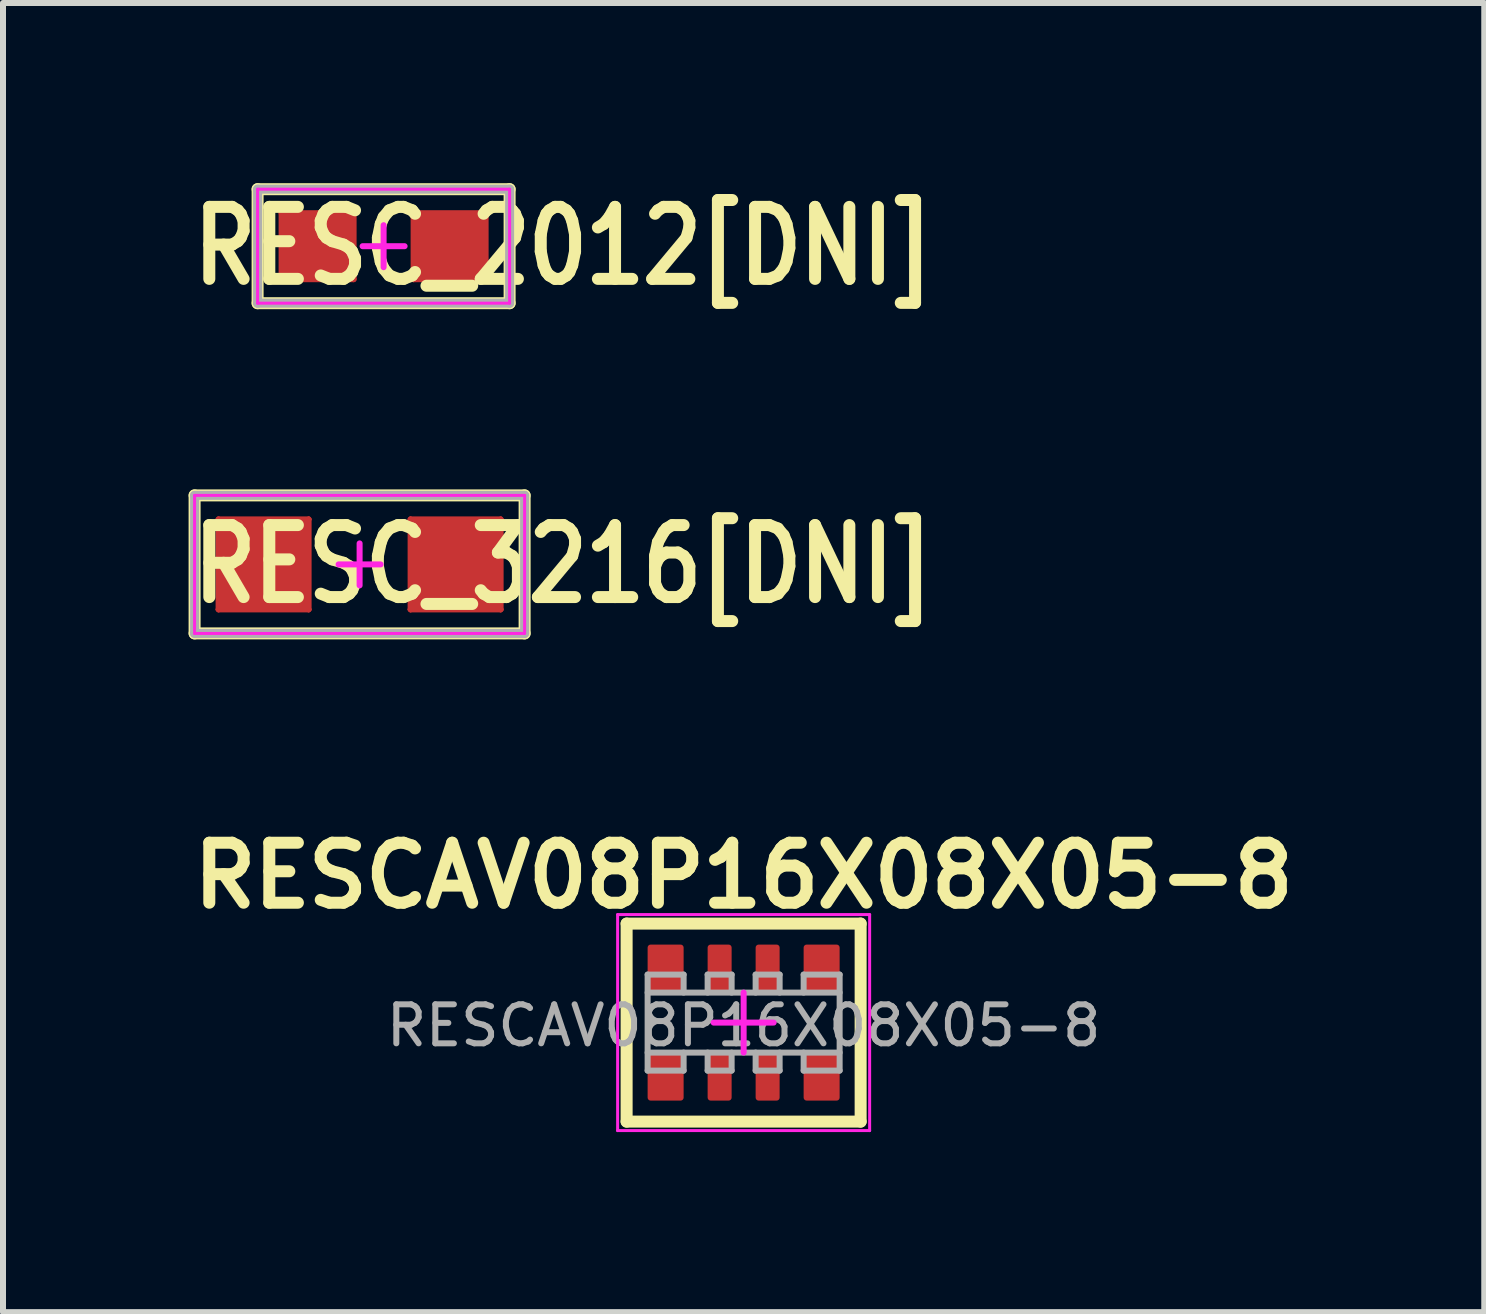
<source format=kicad_pcb>
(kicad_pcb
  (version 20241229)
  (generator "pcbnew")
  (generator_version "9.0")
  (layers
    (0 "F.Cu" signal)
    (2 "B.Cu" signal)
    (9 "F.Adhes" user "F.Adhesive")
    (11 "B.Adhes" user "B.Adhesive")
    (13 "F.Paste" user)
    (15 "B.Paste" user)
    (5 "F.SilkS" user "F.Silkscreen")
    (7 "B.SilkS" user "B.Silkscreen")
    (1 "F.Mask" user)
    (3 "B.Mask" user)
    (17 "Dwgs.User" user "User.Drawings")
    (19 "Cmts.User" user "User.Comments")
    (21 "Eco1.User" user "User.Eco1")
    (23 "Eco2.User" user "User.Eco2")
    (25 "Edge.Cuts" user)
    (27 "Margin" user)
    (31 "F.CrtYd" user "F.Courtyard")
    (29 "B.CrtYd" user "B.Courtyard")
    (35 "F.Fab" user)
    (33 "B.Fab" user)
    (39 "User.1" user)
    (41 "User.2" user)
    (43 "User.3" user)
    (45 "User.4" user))
  (footprint "RESC_2012[DNI]"
    (layer "F.Cu")
    (at 3.343 1.053)
    (property "Reference" "RESC_2012[DNI]" (at 3 0 0) (layer "F.SilkS") (effects (font (size 1.2 1) (thickness 0.2))))
    (attr through_hole)
    (fp_line (start -1.7 -0.55) (end -0.5 -0.55) (stroke (width 0.1) (type solid)) (layer "F.Cu"))
    (fp_line (start -1.7 0.55) (end -1.7 -0.55) (stroke (width 0.1) (type solid)) (layer "F.Cu"))
    (fp_line (start -0.5 -0.55) (end -0.5 0.55) (stroke (width 0.1) (type solid)) (layer "F.Cu"))
    (fp_line (start -0.5 0.55) (end -1.7 0.55) (stroke (width 0.1) (type solid)) (layer "F.Cu"))
    (fp_line (start 0.5 -0.55) (end 1.7 -0.55) (stroke (width 0.1) (type solid)) (layer "F.Cu"))
    (fp_line (start 0.5 0.55) (end 0.5 -0.55) (stroke (width 0.1) (type solid)) (layer "F.Cu"))
    (fp_line (start 1.7 -0.55) (end 1.7 0.55) (stroke (width 0.1) (type solid)) (layer "F.Cu"))
    (fp_line (start 1.7 0.55) (end 0.5 0.55) (stroke (width 0.1) (type solid)) (layer "F.Cu"))
    (fp_line (start -1.75 -0.55) (end -1.75 0.55) (stroke (width 0.2) (type solid)) (layer "F.Mask"))
    (fp_line (start -1.7 0.6) (end -0.5 0.6) (stroke (width 0.2) (type solid)) (layer "F.Mask"))
    (fp_line (start -0.5 -0.6) (end -1.7 -0.6) (stroke (width 0.2) (type solid)) (layer "F.Mask"))
    (fp_line (start -0.45 0.55) (end -0.45 -0.55) (stroke (width 0.2) (type solid)) (layer "F.Mask"))
    (fp_line (start 0.45 -0.55) (end 0.45 0.55) (stroke (width 0.2) (type solid)) (layer "F.Mask"))
    (fp_line (start 0.5 0.6) (end 1.7 0.6) (stroke (width 0.2) (type solid)) (layer "F.Mask"))
    (fp_line (start 1.7 -0.6) (end 0.5 -0.6) (stroke (width 0.2) (type solid)) (layer "F.Mask"))
    (fp_line (start 1.75 0.55) (end 1.75 -0.55) (stroke (width 0.2) (type solid)) (layer "F.Mask"))
    (fp_arc (start -1.8 -0.55) (mid -1.770773 -0.620649) (end -1.700175 -0.65) (stroke (width 0.1) (type solid)) (layer "F.Mask"))
    (fp_arc (start -1.7 0.65) (mid -1.770649 0.620773) (end -1.8 0.550175) (stroke (width 0.1) (type solid)) (layer "F.Mask"))
    (fp_arc (start -0.5 -0.65) (mid -0.429351 -0.620773) (end -0.4 -0.550175) (stroke (width 0.1) (type solid)) (layer "F.Mask"))
    (fp_arc (start -0.4 0.55) (mid -0.429227 0.620649) (end -0.499825 0.65) (stroke (width 0.1) (type solid)) (layer "F.Mask"))
    (fp_arc (start 0.4 -0.55) (mid 0.429227 -0.620649) (end 0.499825 -0.65) (stroke (width 0.1) (type solid)) (layer "F.Mask"))
    (fp_arc (start 0.5 0.65) (mid 0.429351 0.620773) (end 0.4 0.550175) (stroke (width 0.1) (type solid)) (layer "F.Mask"))
    (fp_arc (start 1.7 -0.65) (mid 1.770649 -0.620773) (end 1.8 -0.550175) (stroke (width 0.1) (type solid)) (layer "F.Mask"))
    (fp_arc (start 1.8 0.55) (mid 1.770773 0.620649) (end 1.700175 0.65) (stroke (width 0.1) (type solid)) (layer "F.Mask"))
    (fp_line (start -2.1 -0.95) (end 2.1 -0.95) (stroke (width 0.2) (type solid)) (layer "F.SilkS"))
    (fp_line (start -2.1 0.95) (end -2.1 -0.95) (stroke (width 0.2) (type solid)) (layer "F.SilkS"))
    (fp_line (start -2.1 0.95) (end 2.1 0.95) (stroke (width 0.2) (type solid)) (layer "F.SilkS"))
    (fp_line (start 2.1 -0.95) (end 2.1 0.95) (stroke (width 0.2) (type solid)) (layer "F.SilkS"))
    (fp_line (start -1.7 -0.55) (end -0.5 -0.55) (stroke (width 0.05) (type solid)) (layer "F.Paste"))
    (fp_line (start -1.7 0.55) (end -1.7 -0.55) (stroke (width 0.05) (type solid)) (layer "F.Paste"))
    (fp_line (start -0.5 -0.55) (end -0.5 0.55) (stroke (width 0.05) (type solid)) (layer "F.Paste"))
    (fp_line (start -0.5 0.55) (end -1.7 0.55) (stroke (width 0.05) (type solid)) (layer "F.Paste"))
    (fp_line (start 0.5 -0.55) (end 1.7 -0.55) (stroke (width 0.05) (type solid)) (layer "F.Paste"))
    (fp_line (start 0.5 0.55) (end 0.5 -0.55) (stroke (width 0.05) (type solid)) (layer "F.Paste"))
    (fp_line (start 1.7 -0.55) (end 1.7 0.55) (stroke (width 0.05) (type solid)) (layer "F.Paste"))
    (fp_line (start 1.7 0.55) (end 0.5 0.55) (stroke (width 0.05) (type solid)) (layer "F.Paste"))
    (fp_line (start -2.1 -0.95) (end 2.1 -0.95) (stroke (width 0.05) (type solid)) (layer "F.CrtYd"))
    (fp_line (start -2.1 0.95) (end -2.1 -0.95) (stroke (width 0.05) (type solid)) (layer "F.CrtYd"))
    (fp_line (start -0.35 0) (end 0.35 0) (stroke (width 0.1) (type solid)) (layer "F.CrtYd"))
    (fp_line (start 0 -0.35) (end 0 0.35) (stroke (width 0.1) (type solid)) (layer "F.CrtYd"))
    (fp_line (start 2.1 -0.95) (end 2.1 0.95) (stroke (width 0.05) (type solid)) (layer "F.CrtYd"))
    (fp_line (start 2.1 0.95) (end -2.1 0.95) (stroke (width 0.05) (type solid)) (layer "F.CrtYd"))
    (fp_line (start -2.1 -0.95) (end -2.1 0.95) (stroke (width 0.15) (type solid)) (layer "F.Fab"))
    (fp_line (start -2.1 0.95) (end 2.1 0.95) (stroke (width 0.15) (type solid)) (layer "F.Fab"))
    (fp_line (start 2.1 -0.95) (end -2.1 -0.95) (stroke (width 0.15) (type solid)) (layer "F.Fab"))
    (fp_line (start 2.1 0.95) (end 2.1 -0.95) (stroke (width 0.15) (type solid)) (layer "F.Fab"))
    (pad "1" smd rect (at -1.1 0) (size 1.2 1.1) (layers "F.Cu" "F.Mask" "F.Paste"))
    (pad "2" smd rect (at 1.1 0) (size 1.2 1.1) (layers "F.Cu" "F.Mask" "F.Paste")))
  (footprint "RESCAV08P16X08X05-8"
    (layer "F.Cu")
    (at 9.343 13.992)
    (property "Reference" "RESCAV08P16X08X05-8" (at 0 -2.45 0) (layer "F.SilkS") (effects (font (size 1 1) (thickness 0.2))))
    (attr through_hole)
    (fp_line (start -1.95 -1.65) (end 1.95 -1.65) (stroke (width 0.2) (type solid)) (layer "F.SilkS"))
    (fp_line (start -1.95 1.65) (end -1.95 -1.65) (stroke (width 0.2) (type solid)) (layer "F.SilkS"))
    (fp_line (start 1.95 -1.65) (end 1.95 1.65) (stroke (width 0.2) (type solid)) (layer "F.SilkS"))
    (fp_line (start 1.95 1.65) (end -1.95 1.65) (stroke (width 0.2) (type solid)) (layer "F.SilkS"))
    (fp_line (start -2.1 -1.8) (end 2.1 -1.8) (stroke (width 0.05) (type solid)) (layer "F.CrtYd"))
    (fp_line (start -2.1 1.8) (end -2.1 -1.8) (stroke (width 0.05) (type solid)) (layer "F.CrtYd"))
    (fp_line (start 0 -0.5) (end 0 0.5) (stroke (width 0.1) (type solid)) (layer "F.CrtYd"))
    (fp_line (start 0.5 0) (end -0.5 0) (stroke (width 0.1) (type solid)) (layer "F.CrtYd"))
    (fp_line (start 2.1 -1.8) (end 2.1 1.8) (stroke (width 0.05) (type solid)) (layer "F.CrtYd"))
    (fp_line (start 2.1 1.8) (end -2.1 1.8) (stroke (width 0.05) (type solid)) (layer "F.CrtYd"))
    (fp_line (start -1.6 -0.8) (end -1.6 0.8) (stroke (width 0.1) (type solid)) (layer "F.Fab"))
    (fp_line (start -1.6 -0.8) (end -1 -0.8) (stroke (width 0.1) (type solid)) (layer "F.Fab"))
    (fp_line (start -1.6 -0.5) (end 1.6 -0.5) (stroke (width 0.1) (type solid)) (layer "F.Fab"))
    (fp_line (start -1.6 0.8) (end -1 0.8) (stroke (width 0.1) (type solid)) (layer "F.Fab"))
    (fp_line (start -1 -0.8) (end -1 -0.5) (stroke (width 0.1) (type solid)) (layer "F.Fab"))
    (fp_line (start -1 0.8) (end -1 0.5) (stroke (width 0.1) (type solid)) (layer "F.Fab"))
    (fp_line (start -0.6 -0.8) (end -0.6 -0.5) (stroke (width 0.1) (type solid)) (layer "F.Fab"))
    (fp_line (start -0.6 0.5) (end -0.6 0.8) (stroke (width 0.1) (type solid)) (layer "F.Fab"))
    (fp_line (start -0.6 0.8) (end -0.2 0.8) (stroke (width 0.1) (type solid)) (layer "F.Fab"))
    (fp_line (start -0.2 -0.8) (end -0.6 -0.8) (stroke (width 0.1) (type solid)) (layer "F.Fab"))
    (fp_line (start -0.2 -0.5) (end -0.2 -0.8) (stroke (width 0.1) (type solid)) (layer "F.Fab"))
    (fp_line (start -0.2 0.8) (end -0.2 0.5) (stroke (width 0.1) (type solid)) (layer "F.Fab"))
    (fp_line (start 0.2 -0.8) (end 0.2 -0.5) (stroke (width 0.1) (type solid)) (layer "F.Fab"))
    (fp_line (start 0.2 0.5) (end 0.2 0.8) (stroke (width 0.1) (type solid)) (layer "F.Fab"))
    (fp_line (start 0.2 0.8) (end 0.6 0.8) (stroke (width 0.1) (type solid)) (layer "F.Fab"))
    (fp_line (start 0.6 -0.8) (end 0.2 -0.8) (stroke (width 0.1) (type solid)) (layer "F.Fab"))
    (fp_line (start 0.6 -0.5) (end 0.6 -0.8) (stroke (width 0.1) (type solid)) (layer "F.Fab"))
    (fp_line (start 0.6 0.8) (end 0.6 0.5) (stroke (width 0.1) (type solid)) (layer "F.Fab"))
    (fp_line (start 1 -0.8) (end 1.6 -0.8) (stroke (width 0.1) (type solid)) (layer "F.Fab"))
    (fp_line (start 1 -0.5) (end 1 -0.8) (stroke (width 0.1) (type solid)) (layer "F.Fab"))
    (fp_line (start 1 0.8) (end 1 0.5) (stroke (width 0.1) (type solid)) (layer "F.Fab"))
    (fp_line (start 1.6 0.5) (end -1.6 0.5) (stroke (width 0.1) (type solid)) (layer "F.Fab"))
    (fp_line (start 1.6 0.8) (end 1 0.8) (stroke (width 0.1) (type solid)) (layer "F.Fab"))
    (fp_line (start 1.6 0.8) (end 1.6 -0.8) (stroke (width 0.1) (type solid)) (layer "F.Fab"))
    (fp_text user "${REFERENCE}" (at 0 0.05 0) (layer "F.Fab") (effects (font (size 0.65 0.65) (thickness 0.1))))
    (pad "1" smd roundrect (at -1.3 0.9) (size 0.6 0.8) (layers "F.Cu" "F.Mask" "F.Paste") (roundrect_rratio 0.083))
    (pad "2" smd roundrect (at -0.4 0.9) (size 0.4 0.8) (layers "F.Cu" "F.Mask" "F.Paste") (roundrect_rratio 0.125))
    (pad "3" smd roundrect (at 0.4 0.9) (size 0.4 0.8) (layers "F.Cu" "F.Mask" "F.Paste") (roundrect_rratio 0.125))
    (pad "4" smd roundrect (at 1.3 0.9) (size 0.6 0.8) (layers "F.Cu" "F.Mask" "F.Paste") (roundrect_rratio 0.083))
    (pad "5" smd roundrect (at 1.3 -0.9) (size 0.6 0.8) (layers "F.Cu" "F.Mask" "F.Paste") (roundrect_rratio 0.083))
    (pad "6" smd roundrect (at 0.4 -0.9) (size 0.4 0.8) (layers "F.Cu" "F.Mask" "F.Paste") (roundrect_rratio 0.125))
    (pad "7" smd roundrect (at -0.4 -0.9) (size 0.4 0.8) (layers "F.Cu" "F.Mask" "F.Paste") (roundrect_rratio 0.125))
    (pad "8" smd roundrect (at -1.3 -0.9) (size 0.6 0.8) (layers "F.Cu" "F.Mask" "F.Paste") (roundrect_rratio 0.083)))
  (footprint "RESC_3216[DNI]"
    (layer "F.Cu")
    (at 2.943 6.356)
    (property "Reference" "RESC_3216[DNI]" (at 3.4 0 0) (layer "F.SilkS") (effects (font (size 1.2 1) (thickness 0.2))))
    (attr through_hole)
    (fp_line (start -2.375 0.75) (end -2.375 -0.75) (stroke (width 0.05) (type solid)) (layer "F.Cu"))
    (fp_line (start -2.35 -0.775) (end -0.85 -0.775) (stroke (width 0.05) (type solid)) (layer "F.Cu"))
    (fp_line (start -2.35 0.75) (end -0.85 0.75) (stroke (width 0.05) (type solid)) (layer "F.Cu"))
    (fp_line (start -2.35 -0.75) (end -0.85 -0.75) (stroke (width 0.05) (type solid)) (layer "F.Cu"))
    (fp_line (start -2.35 0.75) (end -2.35 -0.75) (stroke (width 0.05) (type solid)) (layer "F.Cu"))
    (fp_line (start -2.35 0.775) (end -0.85 0.775) (stroke (width 0.05) (type solid)) (layer "F.Cu"))
    (fp_line (start -0.85 0.75) (end -0.85 -0.75) (stroke (width 0.05) (type solid)) (layer "F.Cu"))
    (fp_line (start -0.825 0.75) (end -0.825 -0.75) (stroke (width 0.05) (type solid)) (layer "F.Cu"))
    (fp_line (start 0.825 0.75) (end 0.825 -0.75) (stroke (width 0.05) (type solid)) (layer "F.Cu"))
    (fp_line (start 0.85 -0.775) (end 2.35 -0.775) (stroke (width 0.05) (type solid)) (layer "F.Cu"))
    (fp_line (start 0.85 0.75) (end 2.35 0.75) (stroke (width 0.05) (type solid)) (layer "F.Cu"))
    (fp_line (start 0.85 -0.75) (end 2.35 -0.75) (stroke (width 0.05) (type solid)) (layer "F.Cu"))
    (fp_line (start 0.85 0.75) (end 0.85 -0.75) (stroke (width 0.05) (type solid)) (layer "F.Cu"))
    (fp_line (start 0.85 0.775) (end 2.35 0.775) (stroke (width 0.05) (type solid)) (layer "F.Cu"))
    (fp_line (start 2.35 0.75) (end 2.35 -0.75) (stroke (width 0.05) (type solid)) (layer "F.Cu"))
    (fp_line (start 2.375 0.75) (end 2.375 -0.75) (stroke (width 0.05) (type solid)) (layer "F.Cu"))
    (fp_arc (start -2.375 -0.75) (mid -2.367693 -0.767662) (end -2.350044 -0.775) (stroke (width 0.05) (type solid)) (layer "F.Cu"))
    (fp_arc (start -2.375 -0.75) (mid -2.367693 -0.767662) (end -2.350044 -0.775) (stroke (width 0.05) (type solid)) (layer "F.Cu"))
    (fp_arc (start -2.35 0.775) (mid -2.367662 0.767693) (end -2.375 0.750044) (stroke (width 0.05) (type solid)) (layer "F.Cu"))
    (fp_arc (start -2.35 0.775) (mid -2.367662 0.767693) (end -2.375 0.750044) (stroke (width 0.05) (type solid)) (layer "F.Cu"))
    (fp_arc (start -0.85 -0.775) (mid -0.832338 -0.767693) (end -0.825 -0.750044) (stroke (width 0.05) (type solid)) (layer "F.Cu"))
    (fp_arc (start -0.85 -0.775) (mid -0.832338 -0.767693) (end -0.825 -0.750044) (stroke (width 0.05) (type solid)) (layer "F.Cu"))
    (fp_arc (start -0.825 0.75) (mid -0.832307 0.767662) (end -0.849956 0.775) (stroke (width 0.05) (type solid)) (layer "F.Cu"))
    (fp_arc (start -0.825 0.75) (mid -0.832307 0.767662) (end -0.849956 0.775) (stroke (width 0.05) (type solid)) (layer "F.Cu"))
    (fp_arc (start 0.825 -0.75) (mid 0.832307 -0.767662) (end 0.849956 -0.775) (stroke (width 0.05) (type solid)) (layer "F.Cu"))
    (fp_arc (start 0.825 -0.75) (mid 0.832307 -0.767662) (end 0.849956 -0.775) (stroke (width 0.05) (type solid)) (layer "F.Cu"))
    (fp_arc (start 0.85 0.775) (mid 0.832338 0.767693) (end 0.825 0.750044) (stroke (width 0.05) (type solid)) (layer "F.Cu"))
    (fp_arc (start 0.85 0.775) (mid 0.832338 0.767693) (end 0.825 0.750044) (stroke (width 0.05) (type solid)) (layer "F.Cu"))
    (fp_arc (start 2.35 -0.775) (mid 2.367662 -0.767693) (end 2.375 -0.750044) (stroke (width 0.05) (type solid)) (layer "F.Cu"))
    (fp_arc (start 2.35 -0.775) (mid 2.367662 -0.767693) (end 2.375 -0.750044) (stroke (width 0.05) (type solid)) (layer "F.Cu"))
    (fp_arc (start 2.375 0.75) (mid 2.367693 0.767662) (end 2.350044 0.775) (stroke (width 0.05) (type solid)) (layer "F.Cu"))
    (fp_arc (start 2.375 0.75) (mid 2.367693 0.767662) (end 2.350044 0.775) (stroke (width 0.05) (type solid)) (layer "F.Cu"))
    (fp_line (start -2.45 -0.75) (end -2.45 0.75) (stroke (width 0.1) (type solid)) (layer "F.Mask"))
    (fp_line (start -0.85 -0.85) (end -2.35 -0.85) (stroke (width 0.1) (type solid)) (layer "F.Mask"))
    (fp_line (start -0.85 0.85) (end -2.35 0.85) (stroke (width 0.1) (type solid)) (layer "F.Mask"))
    (fp_line (start -0.75 -0.75) (end -0.75 0.75) (stroke (width 0.1) (type solid)) (layer "F.Mask"))
    (fp_line (start 0.75 -0.75) (end 0.75 0.75) (stroke (width 0.1) (type solid)) (layer "F.Mask"))
    (fp_line (start 2.35 -0.85) (end 0.85 -0.85) (stroke (width 0.1) (type solid)) (layer "F.Mask"))
    (fp_line (start 2.35 0.85) (end 0.85 0.85) (stroke (width 0.1) (type solid)) (layer "F.Mask"))
    (fp_line (start 2.45 -0.75) (end 2.45 0.75) (stroke (width 0.1) (type solid)) (layer "F.Mask"))
    (fp_arc (start -2.45 -0.75) (mid -2.420773 -0.820649) (end -2.350175 -0.85) (stroke (width 0.1) (type solid)) (layer "F.Mask"))
    (fp_arc (start -2.45 -0.75) (mid -2.420773 -0.820649) (end -2.350175 -0.85) (stroke (width 0.1) (type solid)) (layer "F.Mask"))
    (fp_arc (start -2.35 0.85) (mid -2.420649 0.820773) (end -2.45 0.750175) (stroke (width 0.1) (type solid)) (layer "F.Mask"))
    (fp_arc (start -2.35 0.85) (mid -2.420649 0.820773) (end -2.45 0.750175) (stroke (width 0.1) (type solid)) (layer "F.Mask"))
    (fp_arc (start -0.85 -0.85) (mid -0.779351 -0.820773) (end -0.75 -0.750175) (stroke (width 0.1) (type solid)) (layer "F.Mask"))
    (fp_arc (start -0.85 -0.85) (mid -0.779351 -0.820773) (end -0.75 -0.750175) (stroke (width 0.1) (type solid)) (layer "F.Mask"))
    (fp_arc (start -0.75 0.75) (mid -0.779227 0.820649) (end -0.849825 0.85) (stroke (width 0.1) (type solid)) (layer "F.Mask"))
    (fp_arc (start -0.75 0.75) (mid -0.779227 0.820649) (end -0.849825 0.85) (stroke (width 0.1) (type solid)) (layer "F.Mask"))
    (fp_arc (start 0.75 -0.75) (mid 0.779227 -0.820649) (end 0.849825 -0.85) (stroke (width 0.1) (type solid)) (layer "F.Mask"))
    (fp_arc (start 0.75 -0.75) (mid 0.779227 -0.820649) (end 0.849825 -0.85) (stroke (width 0.1) (type solid)) (layer "F.Mask"))
    (fp_arc (start 0.85 0.85) (mid 0.779351 0.820773) (end 0.75 0.750175) (stroke (width 0.1) (type solid)) (layer "F.Mask"))
    (fp_arc (start 0.85 0.85) (mid 0.779351 0.820773) (end 0.75 0.750175) (stroke (width 0.1) (type solid)) (layer "F.Mask"))
    (fp_arc (start 2.35 -0.85) (mid 2.420649 -0.820773) (end 2.45 -0.750175) (stroke (width 0.1) (type solid)) (layer "F.Mask"))
    (fp_arc (start 2.35 -0.85) (mid 2.420649 -0.820773) (end 2.45 -0.750175) (stroke (width 0.1) (type solid)) (layer "F.Mask"))
    (fp_arc (start 2.45 0.75) (mid 2.420773 0.820649) (end 2.350175 0.85) (stroke (width 0.1) (type solid)) (layer "F.Mask"))
    (fp_arc (start 2.45 0.75) (mid 2.420773 0.820649) (end 2.350175 0.85) (stroke (width 0.1) (type solid)) (layer "F.Mask"))
    (fp_line (start -2.75 -1.15) (end -2.75 1.15) (stroke (width 0.2) (type solid)) (layer "F.SilkS"))
    (fp_line (start -2.75 1.15) (end 2.75 1.15) (stroke (width 0.2) (type solid)) (layer "F.SilkS"))
    (fp_line (start 2.75 -1.15) (end -2.75 -1.15) (stroke (width 0.2) (type solid)) (layer "F.SilkS"))
    (fp_line (start 2.75 1.15) (end 2.75 -1.15) (stroke (width 0.2) (type solid)) (layer "F.SilkS"))
    (fp_line (start -2.35 -0.75) (end -0.85 -0.75) (stroke (width 0.05) (type solid)) (layer "F.Paste"))
    (fp_line (start -2.35 0.75) (end -2.35 -0.75) (stroke (width 0.05) (type solid)) (layer "F.Paste"))
    (fp_line (start -0.85 -0.75) (end -0.85 0.75) (stroke (width 0.05) (type solid)) (layer "F.Paste"))
    (fp_line (start -0.85 0.75) (end -2.35 0.75) (stroke (width 0.05) (type solid)) (layer "F.Paste"))
    (fp_line (start 0.85 -0.75) (end 2.35 -0.75) (stroke (width 0.05) (type solid)) (layer "F.Paste"))
    (fp_line (start 0.85 0.75) (end 0.85 -0.75) (stroke (width 0.05) (type solid)) (layer "F.Paste"))
    (fp_line (start 2.35 -0.75) (end 2.35 0.75) (stroke (width 0.05) (type solid)) (layer "F.Paste"))
    (fp_line (start 2.35 0.75) (end 0.85 0.75) (stroke (width 0.05) (type solid)) (layer "F.Paste"))
    (fp_line (start -2.75 -1.15) (end 2.75 -1.15) (stroke (width 0.05) (type solid)) (layer "F.CrtYd"))
    (fp_line (start -2.75 1.15) (end -2.75 -1.15) (stroke (width 0.05) (type solid)) (layer "F.CrtYd"))
    (fp_line (start -0.35 0) (end 0.35 0) (stroke (width 0.1) (type solid)) (layer "F.CrtYd"))
    (fp_line (start 0 -0.35) (end 0 0.35) (stroke (width 0.1) (type solid)) (layer "F.CrtYd"))
    (fp_line (start 2.75 -1.15) (end 2.75 1.15) (stroke (width 0.05) (type solid)) (layer "F.CrtYd"))
    (fp_line (start 2.75 1.15) (end -2.75 1.15) (stroke (width 0.05) (type solid)) (layer "F.CrtYd"))
    (fp_line (start -2.75 -1.15) (end -2.75 1.15) (stroke (width 0.15) (type solid)) (layer "F.Fab"))
    (fp_line (start -2.75 1.15) (end 2.75 1.15) (stroke (width 0.15) (type solid)) (layer "F.Fab"))
    (fp_line (start 2.75 -1.15) (end -2.75 -1.15) (stroke (width 0.15) (type solid)) (layer "F.Fab"))
    (fp_line (start 2.75 1.15) (end 2.75 -1.15) (stroke (width 0.15) (type solid)) (layer "F.Fab"))
    (pad "1" smd rect (at -1.6 0) (size 1.5 1.5) (layers "F.Cu" "F.Mask" "F.Paste"))
    (pad "2" smd rect (at 1.6 0) (size 1.5 1.5) (layers "F.Cu" "F.Mask" "F.Paste")))
  (gr_rect
    (start -3 -3)
    (end 21.686 18.817)
    (stroke (width 0.1) (type default))
    (fill no)
    (layer "Edge.Cuts")))
</source>
